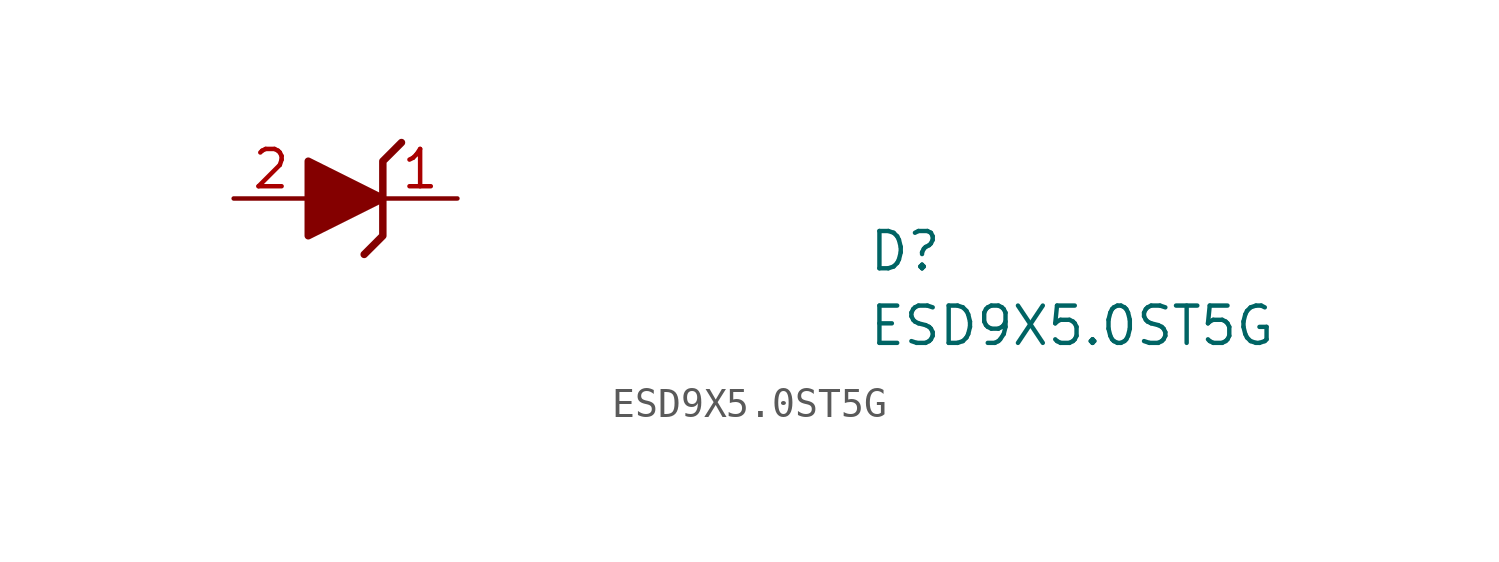
<source format=kicad_sym>
(kicad_symbol_lib
  (version 20211014)
  (generator kicad_symbol_editor)
  (symbol "ESD9X5.0ST5G"
    (pin_names hide)
    (property "Reference" "D"
      (at 21.59 -2.54 0)
      (effects (font (size 1.27 1.27) (thickness 0.15)) (justify left bottom)))
    (property "Value" "ESD9X5.0ST5G"
      (at 21.59 -5.08 0)
      (effects (font (size 1.27 1.27) (thickness 0.15)) (justify left bottom)))
    (symbol "ESD9X5.0ST5G_1_1"
      (polyline (pts (xy 2.54 1.27) (xy 2.54 -1.27) (xy 5.08 0) (xy 2.54 1.27)) (stroke (width 0.254) (type default) (color 0 0 0 0)) (fill (type outline)))
      (polyline (pts (xy 5.715 1.905) (xy 5.08 1.27) (xy 5.08 -1.27) (xy 4.445 -1.905)) (stroke (width 0.254) (type default) (color 0 0 0 0)) (fill (type none)))
      (pin bidirectional line (at 7.62 0 180) (length 2.54) (name "1" (effects (font (size 1.27 1.27)))) (number "1" (effects (font (size 1.27 1.27)))))
      (pin bidirectional line (at 0 0 0) (length 2.54) (name "2" (effects (font (size 1.27 1.27)))) (number "2" (effects (font (size 1.27 1.27))))))))
</source>
